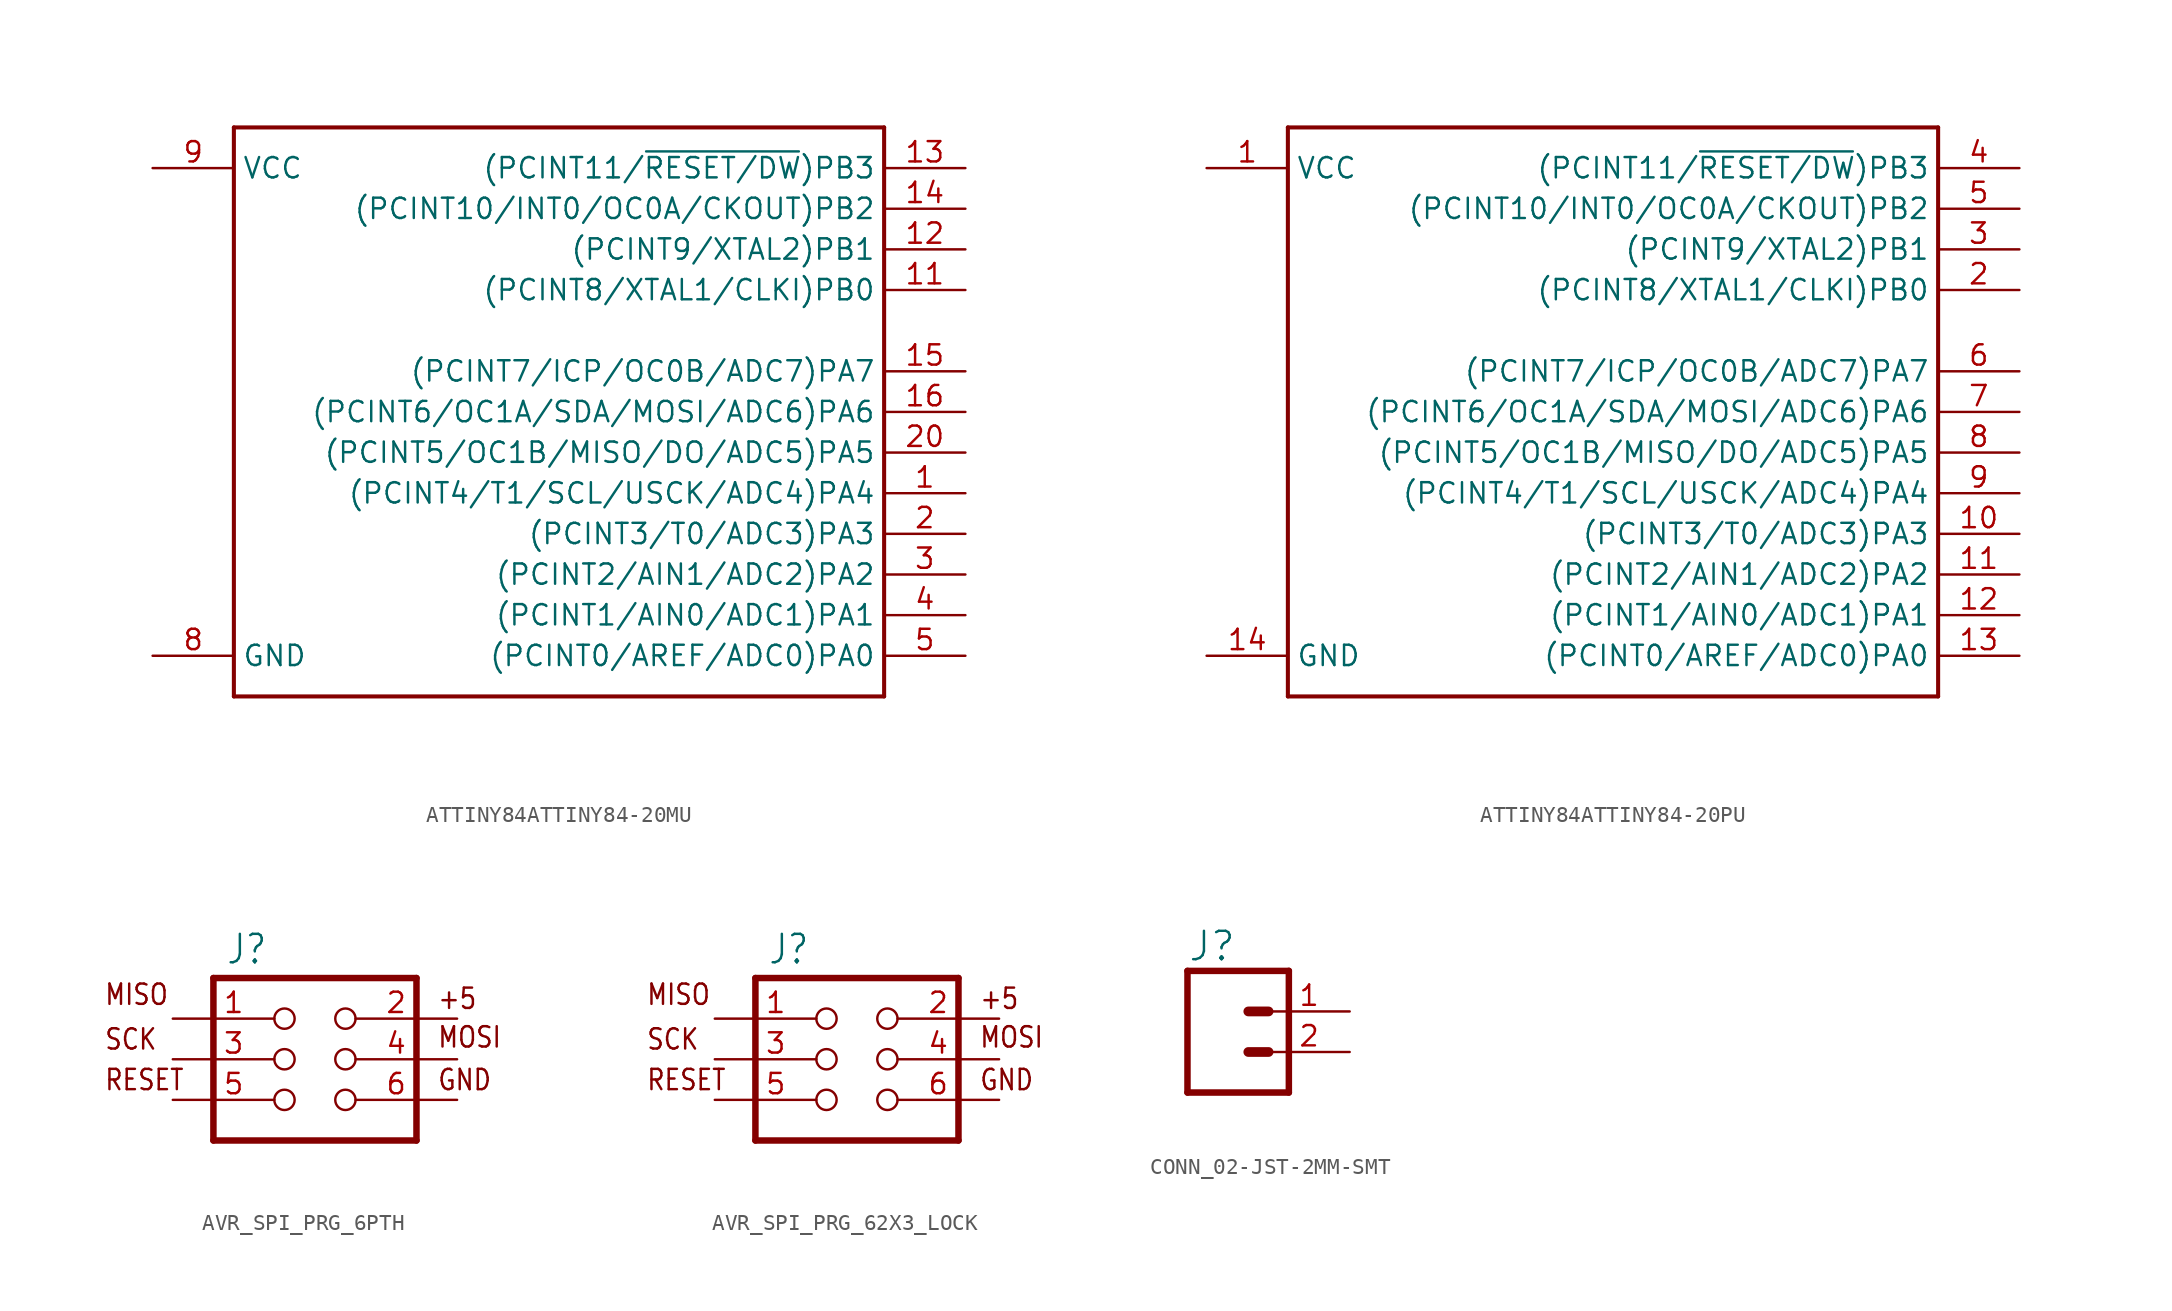
<source format=kicad_sym>
(kicad_symbol_lib
  (version 20231120)
  (generator "kicad_symbol_editor")
  (generator_version "8.0")
  (symbol "ATTINY84ATTINY84-20MU"
    (property "Reference" ""
      (at -20.32 18.542 0)
      (effects (font (size 1.778 1.511)) (justify left bottom) (hide yes)))
    (property "Value" ""
      (at -20.32 -20.32 0)
      (effects (font (size 1.778 1.511)) (justify left bottom)))
    (property "ki_locked" ""
      (at 0 0 0)
      (effects (font (size 1.27 1.27))))
    (symbol "ATTINY84ATTINY84-20MU_1_0"
      (polyline (pts (xy -20.32 -17.78) (xy -20.32 17.78)) (stroke (width 0.254) (type solid)) (fill (type none)))
      (polyline (pts (xy -20.32 17.78) (xy 20.32 17.78)) (stroke (width 0.254) (type solid)) (fill (type none)))
      (polyline (pts (xy 20.32 -17.78) (xy -20.32 -17.78)) (stroke (width 0.254) (type solid)) (fill (type none)))
      (polyline (pts (xy 20.32 17.78) (xy 20.32 -17.78)) (stroke (width 0.254) (type solid)) (fill (type none)))
      (pin bidirectional line (at 25.4 -5.08 180) (length 5.08) (name "(PCINT4/T1/SCL/USCK/ADC4)PA4" (effects (font (size 1.27 1.27)))) (number "1" (effects (font (size 1.27 1.27)))))
      (pin bidirectional line (at 25.4 7.62 180) (length 5.08) (name "(PCINT8/XTAL1/CLKI)PB0" (effects (font (size 1.27 1.27)))) (number "11" (effects (font (size 1.27 1.27)))))
      (pin bidirectional line (at 25.4 10.16 180) (length 5.08) (name "(PCINT9/XTAL2)PB1" (effects (font (size 1.27 1.27)))) (number "12" (effects (font (size 1.27 1.27)))))
      (pin bidirectional line (at 25.4 15.24 180) (length 5.08) (name "(PCINT11/~{RESET/DW})PB3" (effects (font (size 1.27 1.27)))) (number "13" (effects (font (size 1.27 1.27)))))
      (pin bidirectional line (at 25.4 12.7 180) (length 5.08) (name "(PCINT10/INT0/OC0A/CKOUT)PB2" (effects (font (size 1.27 1.27)))) (number "14" (effects (font (size 1.27 1.27)))))
      (pin bidirectional line (at 25.4 2.54 180) (length 5.08) (name "(PCINT7/ICP/OC0B/ADC7)PA7" (effects (font (size 1.27 1.27)))) (number "15" (effects (font (size 1.27 1.27)))))
      (pin bidirectional line (at 25.4 0 180) (length 5.08) (name "(PCINT6/OC1A/SDA/MOSI/ADC6)PA6" (effects (font (size 1.27 1.27)))) (number "16" (effects (font (size 1.27 1.27)))))
      (pin bidirectional line (at 25.4 -7.62 180) (length 5.08) (name "(PCINT3/T0/ADC3)PA3" (effects (font (size 1.27 1.27)))) (number "2" (effects (font (size 1.27 1.27)))))
      (pin bidirectional line (at 25.4 -2.54 180) (length 5.08) (name "(PCINT5/OC1B/MISO/DO/ADC5)PA5" (effects (font (size 1.27 1.27)))) (number "20" (effects (font (size 1.27 1.27)))))
      (pin bidirectional line (at 25.4 -10.16 180) (length 5.08) (name "(PCINT2/AIN1/ADC2)PA2" (effects (font (size 1.27 1.27)))) (number "3" (effects (font (size 1.27 1.27)))))
      (pin bidirectional line (at 25.4 -12.7 180) (length 5.08) (name "(PCINT1/AIN0/ADC1)PA1" (effects (font (size 1.27 1.27)))) (number "4" (effects (font (size 1.27 1.27)))))
      (pin bidirectional line (at 25.4 -15.24 180) (length 5.08) (name "(PCINT0/AREF/ADC0)PA0" (effects (font (size 1.27 1.27)))) (number "5" (effects (font (size 1.27 1.27)))))
      (pin bidirectional line (at -25.4 -15.24 0) (length 5.08) (name "GND" (effects (font (size 1.27 1.27)))) (number "8" (effects (font (size 1.27 1.27)))))
      (pin bidirectional line (at -25.4 15.24 0) (length 5.08) (name "VCC" (effects (font (size 1.27 1.27)))) (number "9" (effects (font (size 1.27 1.27)))))))
  (symbol "ATTINY84ATTINY84-20PU"
    (property "Reference" ""
      (at -20.32 18.542 0)
      (effects (font (size 1.778 1.511)) (justify left bottom) (hide yes)))
    (property "Value" ""
      (at -20.32 -20.32 0)
      (effects (font (size 1.778 1.511)) (justify left bottom)))
    (property "ki_locked" ""
      (at 0 0 0)
      (effects (font (size 1.27 1.27))))
    (symbol "ATTINY84ATTINY84-20PU_1_0"
      (polyline (pts (xy -20.32 -17.78) (xy -20.32 17.78)) (stroke (width 0.254) (type solid)) (fill (type none)))
      (polyline (pts (xy -20.32 17.78) (xy 20.32 17.78)) (stroke (width 0.254) (type solid)) (fill (type none)))
      (polyline (pts (xy 20.32 -17.78) (xy -20.32 -17.78)) (stroke (width 0.254) (type solid)) (fill (type none)))
      (polyline (pts (xy 20.32 17.78) (xy 20.32 -17.78)) (stroke (width 0.254) (type solid)) (fill (type none)))
      (pin bidirectional line (at -25.4 15.24 0) (length 5.08) (name "VCC" (effects (font (size 1.27 1.27)))) (number "1" (effects (font (size 1.27 1.27)))))
      (pin bidirectional line (at 25.4 -7.62 180) (length 5.08) (name "(PCINT3/T0/ADC3)PA3" (effects (font (size 1.27 1.27)))) (number "10" (effects (font (size 1.27 1.27)))))
      (pin bidirectional line (at 25.4 -10.16 180) (length 5.08) (name "(PCINT2/AIN1/ADC2)PA2" (effects (font (size 1.27 1.27)))) (number "11" (effects (font (size 1.27 1.27)))))
      (pin bidirectional line (at 25.4 -12.7 180) (length 5.08) (name "(PCINT1/AIN0/ADC1)PA1" (effects (font (size 1.27 1.27)))) (number "12" (effects (font (size 1.27 1.27)))))
      (pin bidirectional line (at 25.4 -15.24 180) (length 5.08) (name "(PCINT0/AREF/ADC0)PA0" (effects (font (size 1.27 1.27)))) (number "13" (effects (font (size 1.27 1.27)))))
      (pin bidirectional line (at -25.4 -15.24 0) (length 5.08) (name "GND" (effects (font (size 1.27 1.27)))) (number "14" (effects (font (size 1.27 1.27)))))
      (pin bidirectional line (at 25.4 7.62 180) (length 5.08) (name "(PCINT8/XTAL1/CLKI)PB0" (effects (font (size 1.27 1.27)))) (number "2" (effects (font (size 1.27 1.27)))))
      (pin bidirectional line (at 25.4 10.16 180) (length 5.08) (name "(PCINT9/XTAL2)PB1" (effects (font (size 1.27 1.27)))) (number "3" (effects (font (size 1.27 1.27)))))
      (pin bidirectional line (at 25.4 15.24 180) (length 5.08) (name "(PCINT11/~{RESET/DW})PB3" (effects (font (size 1.27 1.27)))) (number "4" (effects (font (size 1.27 1.27)))))
      (pin bidirectional line (at 25.4 12.7 180) (length 5.08) (name "(PCINT10/INT0/OC0A/CKOUT)PB2" (effects (font (size 1.27 1.27)))) (number "5" (effects (font (size 1.27 1.27)))))
      (pin bidirectional line (at 25.4 2.54 180) (length 5.08) (name "(PCINT7/ICP/OC0B/ADC7)PA7" (effects (font (size 1.27 1.27)))) (number "6" (effects (font (size 1.27 1.27)))))
      (pin bidirectional line (at 25.4 0 180) (length 5.08) (name "(PCINT6/OC1A/SDA/MOSI/ADC6)PA6" (effects (font (size 1.27 1.27)))) (number "7" (effects (font (size 1.27 1.27)))))
      (pin bidirectional line (at 25.4 -2.54 180) (length 5.08) (name "(PCINT5/OC1B/MISO/DO/ADC5)PA5" (effects (font (size 1.27 1.27)))) (number "8" (effects (font (size 1.27 1.27)))))
      (pin bidirectional line (at 25.4 -5.08 180) (length 5.08) (name "(PCINT4/T1/SCL/USCK/ADC4)PA4" (effects (font (size 1.27 1.27)))) (number "9" (effects (font (size 1.27 1.27)))))))
  (symbol "AVR_SPI_PRG_6PTH"
    (property "Reference" "J"
      (at -4.318 5.842 0)
      (effects (font (size 1.778 1.511)) (justify left bottom)))
    (property "Value" ""
      (at -4.064 -7.62 0)
      (effects (font (size 1.778 1.511)) (justify left bottom)))
    (property "ki_locked" ""
      (at 0 0 0)
      (effects (font (size 1.27 1.27))))
    (symbol "AVR_SPI_PRG_6PTH_1_0"
      (polyline (pts (xy -5.08 -5.08) (xy 7.62 -5.08)) (stroke (width 0.406) (type solid)) (fill (type none)))
      (polyline (pts (xy -5.08 5.08) (xy -5.08 -5.08)) (stroke (width 0.406) (type solid)) (fill (type none)))
      (polyline (pts (xy 7.62 -5.08) (xy 7.62 5.08)) (stroke (width 0.406) (type solid)) (fill (type none)))
      (polyline (pts (xy 7.62 5.08) (xy -5.08 5.08)) (stroke (width 0.406) (type solid)) (fill (type none)))
      (text "+5" (at 8.89 3.048 0) (effects (font (size 1.27 1.079)) (justify left bottom)))
      (text "GND" (at 8.89 -2.032 0) (effects (font (size 1.27 1.079)) (justify left bottom)))
      (text "MISO" (at -11.938 3.302 0) (effects (font (size 1.27 1.079)) (justify left bottom)))
      (text "MOSI" (at 8.89 0.635 0) (effects (font (size 1.27 1.079)) (justify left bottom)))
      (text "RESET" (at -11.938 -2.032 0) (effects (font (size 1.27 1.079)) (justify left bottom)))
      (text "SCK" (at -11.938 0.508 0) (effects (font (size 1.27 1.079)) (justify left bottom)))
      (pin passive inverted (at -7.62 2.54 0) (length 7.62) (name "1" (effects (font (size 0 0)))) (number "1" (effects (font (size 1.27 1.27)))))
      (pin passive inverted (at 10.16 2.54 180) (length 7.62) (name "2" (effects (font (size 0 0)))) (number "2" (effects (font (size 1.27 1.27)))))
      (pin passive inverted (at -7.62 0 0) (length 7.62) (name "3" (effects (font (size 0 0)))) (number "3" (effects (font (size 1.27 1.27)))))
      (pin passive inverted (at 10.16 0 180) (length 7.62) (name "4" (effects (font (size 0 0)))) (number "4" (effects (font (size 1.27 1.27)))))
      (pin passive inverted (at -7.62 -2.54 0) (length 7.62) (name "5" (effects (font (size 0 0)))) (number "5" (effects (font (size 1.27 1.27)))))
      (pin passive inverted (at 10.16 -2.54 180) (length 7.62) (name "6" (effects (font (size 0 0)))) (number "6" (effects (font (size 1.27 1.27)))))))
  (symbol "AVR_SPI_PRG_62X3_LOCK"
    (property "Reference" "J"
      (at -4.318 5.842 0)
      (effects (font (size 1.778 1.511)) (justify left bottom)))
    (property "Value" ""
      (at -4.064 -7.62 0)
      (effects (font (size 1.778 1.511)) (justify left bottom)))
    (property "ki_locked" ""
      (at 0 0 0)
      (effects (font (size 1.27 1.27))))
    (symbol "AVR_SPI_PRG_62X3_LOCK_1_0"
      (polyline (pts (xy -5.08 -5.08) (xy 7.62 -5.08)) (stroke (width 0.406) (type solid)) (fill (type none)))
      (polyline (pts (xy -5.08 5.08) (xy -5.08 -5.08)) (stroke (width 0.406) (type solid)) (fill (type none)))
      (polyline (pts (xy 7.62 -5.08) (xy 7.62 5.08)) (stroke (width 0.406) (type solid)) (fill (type none)))
      (polyline (pts (xy 7.62 5.08) (xy -5.08 5.08)) (stroke (width 0.406) (type solid)) (fill (type none)))
      (text "+5" (at 8.89 3.048 0) (effects (font (size 1.27 1.079)) (justify left bottom)))
      (text "GND" (at 8.89 -2.032 0) (effects (font (size 1.27 1.079)) (justify left bottom)))
      (text "MISO" (at -11.938 3.302 0) (effects (font (size 1.27 1.079)) (justify left bottom)))
      (text "MOSI" (at 8.89 0.635 0) (effects (font (size 1.27 1.079)) (justify left bottom)))
      (text "RESET" (at -11.938 -2.032 0) (effects (font (size 1.27 1.079)) (justify left bottom)))
      (text "SCK" (at -11.938 0.508 0) (effects (font (size 1.27 1.079)) (justify left bottom)))
      (pin passive inverted (at -7.62 2.54 0) (length 7.62) (name "1" (effects (font (size 0 0)))) (number "1" (effects (font (size 1.27 1.27)))))
      (pin passive inverted (at 10.16 2.54 180) (length 7.62) (name "2" (effects (font (size 0 0)))) (number "2" (effects (font (size 1.27 1.27)))))
      (pin passive inverted (at -7.62 0 0) (length 7.62) (name "3" (effects (font (size 0 0)))) (number "3" (effects (font (size 1.27 1.27)))))
      (pin passive inverted (at 10.16 0 180) (length 7.62) (name "4" (effects (font (size 0 0)))) (number "4" (effects (font (size 1.27 1.27)))))
      (pin passive inverted (at -7.62 -2.54 0) (length 7.62) (name "5" (effects (font (size 0 0)))) (number "5" (effects (font (size 1.27 1.27)))))
      (pin passive inverted (at 10.16 -2.54 180) (length 7.62) (name "6" (effects (font (size 0 0)))) (number "6" (effects (font (size 1.27 1.27)))))))
  (symbol "CONN_02-JST-2MM-SMT"
    (property "Reference" "J"
      (at -2.54 5.588 0)
      (effects (font (size 1.778 1.778)) (justify left bottom)))
    (property "Value" ""
      (at -2.54 -4.826 0)
      (effects (font (size 1.778 1.778)) (justify left bottom)))
    (property "ki_locked" ""
      (at 0 0 0)
      (effects (font (size 1.27 1.27))))
    (symbol "CONN_02-JST-2MM-SMT_1_0"
      (polyline (pts (xy -2.54 5.08) (xy -2.54 -2.54)) (stroke (width 0.406) (type solid)) (fill (type none)))
      (polyline (pts (xy -2.54 5.08) (xy 3.81 5.08)) (stroke (width 0.406) (type solid)) (fill (type none)))
      (polyline (pts (xy 1.27 0) (xy 2.54 0)) (stroke (width 0.61) (type solid)) (fill (type none)))
      (polyline (pts (xy 1.27 2.54) (xy 2.54 2.54)) (stroke (width 0.61) (type solid)) (fill (type none)))
      (polyline (pts (xy 3.81 -2.54) (xy -2.54 -2.54)) (stroke (width 0.406) (type solid)) (fill (type none)))
      (polyline (pts (xy 3.81 -2.54) (xy 3.81 5.08)) (stroke (width 0.406) (type solid)) (fill (type none)))
      (pin passive line (at 7.62 2.54 180) (length 5.08) (name "2" (effects (font (size 0 0)))) (number "1" (effects (font (size 1.27 1.27)))))
      (pin passive line (at 7.62 0 180) (length 5.08) (name "1" (effects (font (size 0 0)))) (number "2" (effects (font (size 1.27 1.27))))))))
</source>
